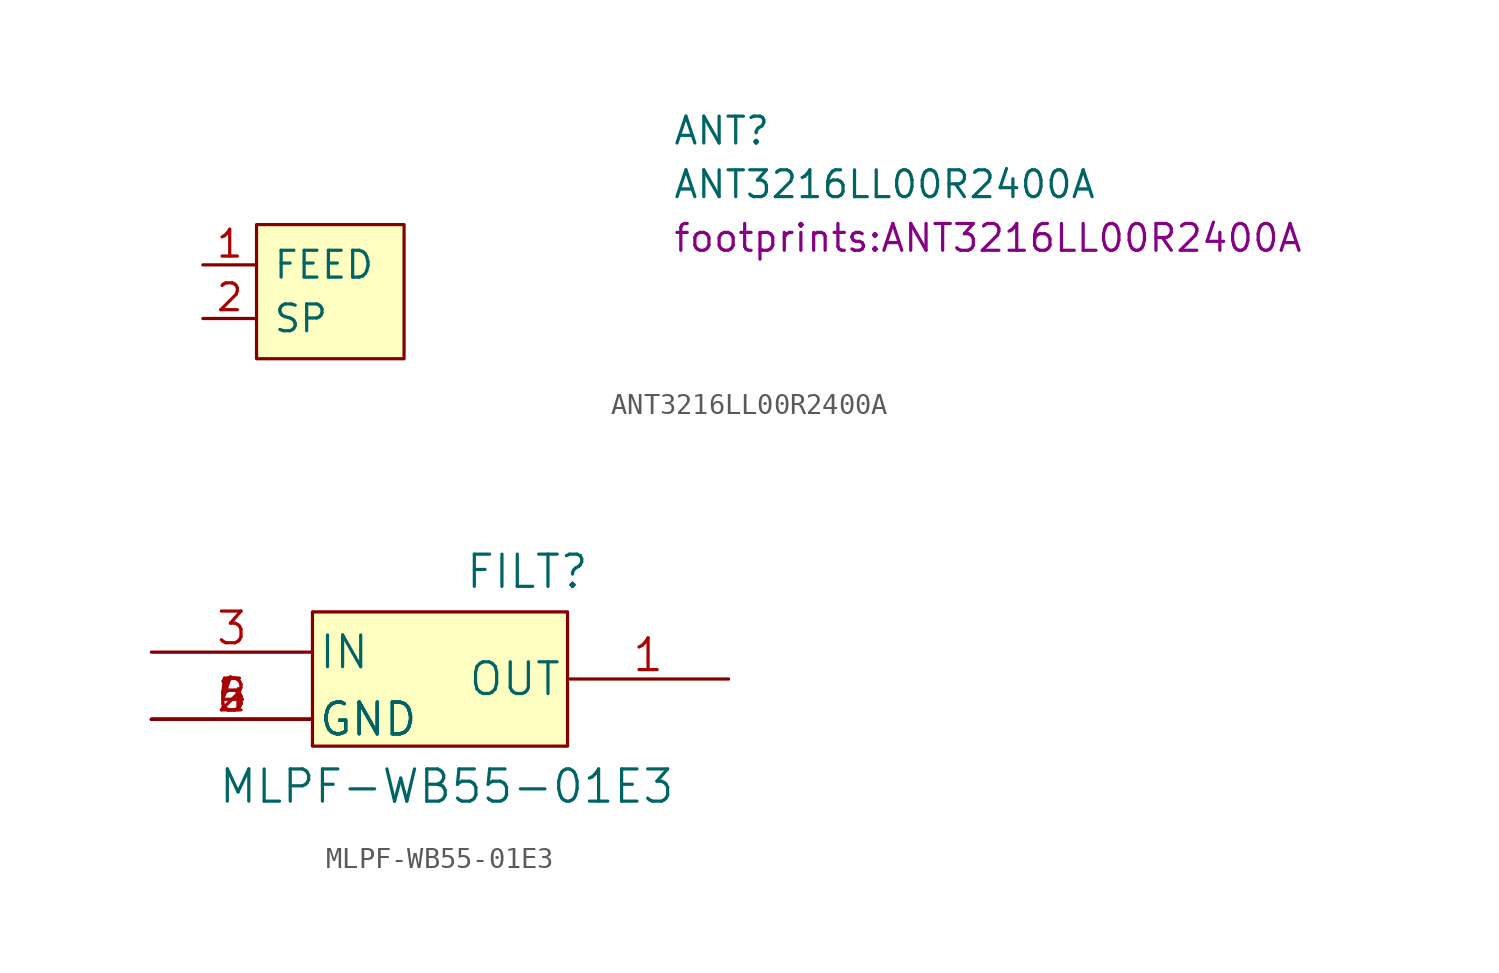
<source format=kicad_sym>
(kicad_symbol_lib
  (version 20211014)
  (generator kicad_symbol_editor)
  (symbol "ANT3216LL00R2400A"
    (pin_names
      (offset 0.762))
    (property "Reference" "ANT"
      (at 16.51 7.62 0)
      (effects (font (size 1.27 1.27)) (justify left)))
    (property "Value" "ANT3216LL00R2400A"
      (at 16.51 5.08 0)
      (effects (font (size 1.27 1.27)) (justify left)))
    (property "Footprint" "footprints:ANT3216LL00R2400A"
      (at 16.51 2.54 0)
      (effects (font (size 1.27 1.27)) (justify left)))
    (symbol "ANT3216LL00R2400A_0_0"
      (pin input line (at -5.715 1.27 0) (length 2.54) (name "FEED" (effects (font (size 1.27 1.27)))) (number "1" (effects (font (size 1.27 1.27)))))
      (pin passive line (at -5.715 -1.27 0) (length 2.54) (name "SP" (effects (font (size 1.27 1.27)))) (number "2" (effects (font (size 1.27 1.27))))))
    (symbol "ANT3216LL00R2400A_0_1"
      (polyline (pts (xy -3.175 3.175) (xy 3.81 3.175) (xy 3.81 -3.175) (xy -3.175 -3.175) (xy -3.175 3.175)) (stroke (width 0.152) (type default) (color 0 0 0 0)) (fill (type background)))))
  (symbol "MLPF-WB55-01E3"
    (pin_names
      (offset 0.254))
    (property "Reference" "FILT"
      (at 4.445 5.08 0)
      (effects (font (size 1.524 1.524))))
    (property "Value" "MLPF-WB55-01E3"
      (at 0.635 -5.08 0)
      (effects (font (size 1.524 1.524))))
    (property "Datasheet" ""
      (at -13.335 1.27 0)
      (effects (font (size 1.524 1.524))))
    (symbol "MLPF-WB55-01E3_1_1"
      (rectangle (start -5.715 3.175) (end 6.35 -3.175) (stroke (width 0) (type default) (color 0 0 0 0)) (fill (type background)))
      (pin output line (at 13.97 0 180) (length 7.62) (name "OUT" (effects (font (size 1.499 1.499)))) (number "1" (effects (font (size 1.499 1.499)))))
      (pin power_in line (at -13.335 -1.905 0) (length 7.62) (name "GND" (effects (font (size 1.499 1.499)))) (number "2" (effects (font (size 1.499 1.499)))))
      (pin input line (at -13.335 1.27 0) (length 7.62) (name "IN" (effects (font (size 1.499 1.499)))) (number "3" (effects (font (size 1.499 1.499)))))
      (pin power_in line (at -13.335 -1.905 0) (length 7.62) (name "GND" (effects (font (size 1.499 1.499)))) (number "4" (effects (font (size 1.499 1.499)))))
      (pin power_in line (at -13.335 -1.905 0) (length 7.62) (name "GND" (effects (font (size 1.499 1.499)))) (number "5" (effects (font (size 1.499 1.499)))))
      (pin power_in line (at -13.335 -1.905 0) (length 7.62) (name "GND" (effects (font (size 1.499 1.499)))) (number "6" (effects (font (size 1.499 1.499))))))))
</source>
